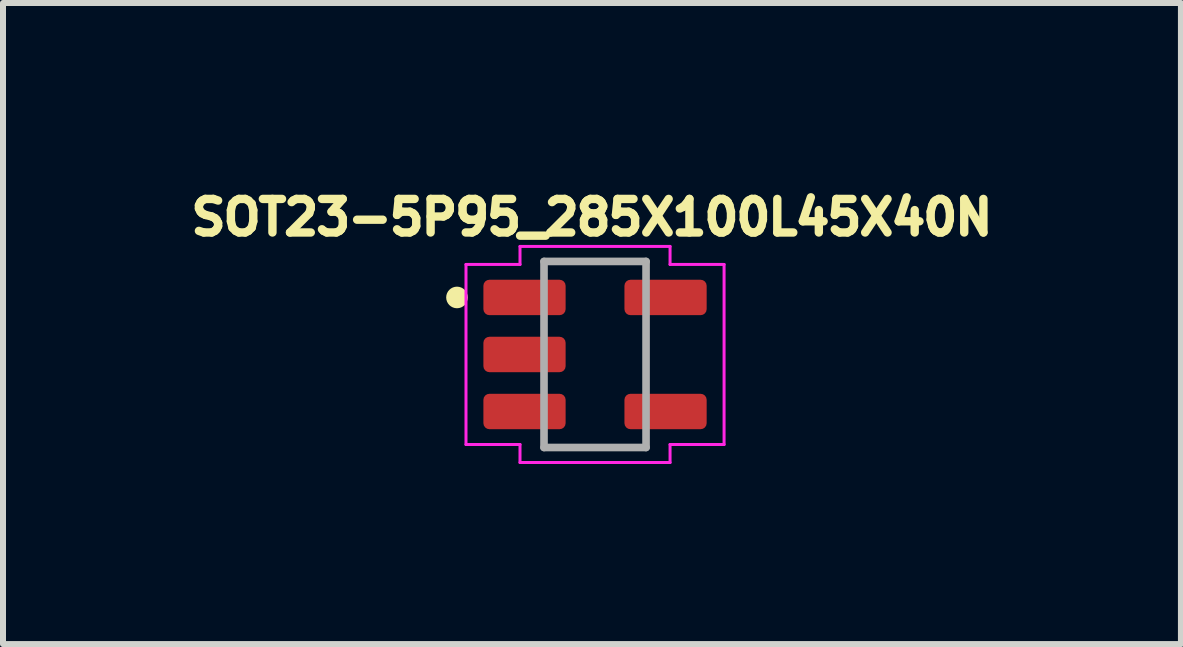
<source format=kicad_pcb>
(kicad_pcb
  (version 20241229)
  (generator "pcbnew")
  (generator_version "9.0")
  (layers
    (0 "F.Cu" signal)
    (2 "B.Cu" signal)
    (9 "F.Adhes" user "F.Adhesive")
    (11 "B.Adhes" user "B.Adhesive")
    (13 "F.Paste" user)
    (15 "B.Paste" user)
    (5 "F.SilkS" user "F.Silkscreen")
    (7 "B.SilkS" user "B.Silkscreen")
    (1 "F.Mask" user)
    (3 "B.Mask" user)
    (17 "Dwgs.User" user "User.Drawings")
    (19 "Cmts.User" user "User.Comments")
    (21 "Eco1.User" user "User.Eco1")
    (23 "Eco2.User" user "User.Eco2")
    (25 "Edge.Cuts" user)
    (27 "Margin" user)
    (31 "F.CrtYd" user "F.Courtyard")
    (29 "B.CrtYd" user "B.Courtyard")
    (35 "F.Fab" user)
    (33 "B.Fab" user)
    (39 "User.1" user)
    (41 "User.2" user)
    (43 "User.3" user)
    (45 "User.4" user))
  (footprint "SOT23-5P95_285X100L45X40N"
    (layer "F.Cu")
    (at 6.864 2.856)
    (property "Reference" "SOT23-5P95_285X100L45X40N" (at -0.051 -2.284 0) (layer "F.SilkS") (effects (font (size 0.559 0.559) (thickness 0.15))))
    (attr through_hole)
    (fp_circle (center -2.3 -0.95) (end -2.21 -0.95) (stroke (width 0.18) (type solid)) (fill no) (layer "F.SilkS"))
    (fp_line (start -2.15 -1.5) (end -2.15 1.5) (stroke (width 0.05) (type solid)) (layer "F.CrtYd"))
    (fp_line (start -2.15 1.5) (end -1.25 1.5) (stroke (width 0.05) (type solid)) (layer "F.CrtYd"))
    (fp_line (start -1.25 -1.8) (end -1.25 -1.5) (stroke (width 0.05) (type solid)) (layer "F.CrtYd"))
    (fp_line (start -1.25 -1.5) (end -2.15 -1.5) (stroke (width 0.05) (type solid)) (layer "F.CrtYd"))
    (fp_line (start -1.25 1.5) (end -1.25 1.8) (stroke (width 0.05) (type solid)) (layer "F.CrtYd"))
    (fp_line (start -1.25 1.8) (end 1.25 1.8) (stroke (width 0.05) (type solid)) (layer "F.CrtYd"))
    (fp_line (start 1.25 -1.8) (end -1.25 -1.8) (stroke (width 0.05) (type solid)) (layer "F.CrtYd"))
    (fp_line (start 1.25 -1.5) (end 1.25 -1.8) (stroke (width 0.05) (type solid)) (layer "F.CrtYd"))
    (fp_line (start 1.25 1.5) (end 2.15 1.5) (stroke (width 0.05) (type solid)) (layer "F.CrtYd"))
    (fp_line (start 1.25 1.8) (end 1.25 1.5) (stroke (width 0.05) (type solid)) (layer "F.CrtYd"))
    (fp_line (start 2.15 -1.5) (end 1.25 -1.5) (stroke (width 0.05) (type solid)) (layer "F.CrtYd"))
    (fp_line (start 2.15 1.5) (end 2.15 -1.5) (stroke (width 0.05) (type solid)) (layer "F.CrtYd"))
    (fp_line (start -0.85 -1.55) (end 0.85 -1.55) (stroke (width 0.127) (type solid)) (layer "F.Fab"))
    (fp_line (start -0.85 1.55) (end -0.85 -1.55) (stroke (width 0.127) (type solid)) (layer "F.Fab"))
    (fp_line (start 0.85 -1.55) (end 0.85 1.55) (stroke (width 0.127) (type solid)) (layer "F.Fab"))
    (fp_line (start 0.85 1.55) (end -0.85 1.55) (stroke (width 0.127) (type solid)) (layer "F.Fab"))
    (pad "1" smd roundrect (at -1.175 -0.95 270) (size 0.59 1.37) (layers "F.Cu" "F.Mask" "F.Paste") (roundrect_rratio 0.17))
    (pad "2" smd roundrect (at -1.175 0 270) (size 0.59 1.37) (layers "F.Cu" "F.Mask" "F.Paste") (roundrect_rratio 0.17))
    (pad "3" smd roundrect (at -1.175 0.95 270) (size 0.59 1.37) (layers "F.Cu" "F.Mask" "F.Paste") (roundrect_rratio 0.17))
    (pad "4" smd roundrect (at 1.175 0.95 90) (size 0.59 1.37) (layers "F.Cu" "F.Mask" "F.Paste") (roundrect_rratio 0.17))
    (pad "5" smd roundrect (at 1.175 -0.95 90) (size 0.59 1.37) (layers "F.Cu" "F.Mask" "F.Paste") (roundrect_rratio 0.17)))
  (gr_rect
    (start -3 -3)
    (end 16.626 7.681)
    (stroke (width 0.1) (type default))
    (fill no)
    (layer "Edge.Cuts")))
</source>
